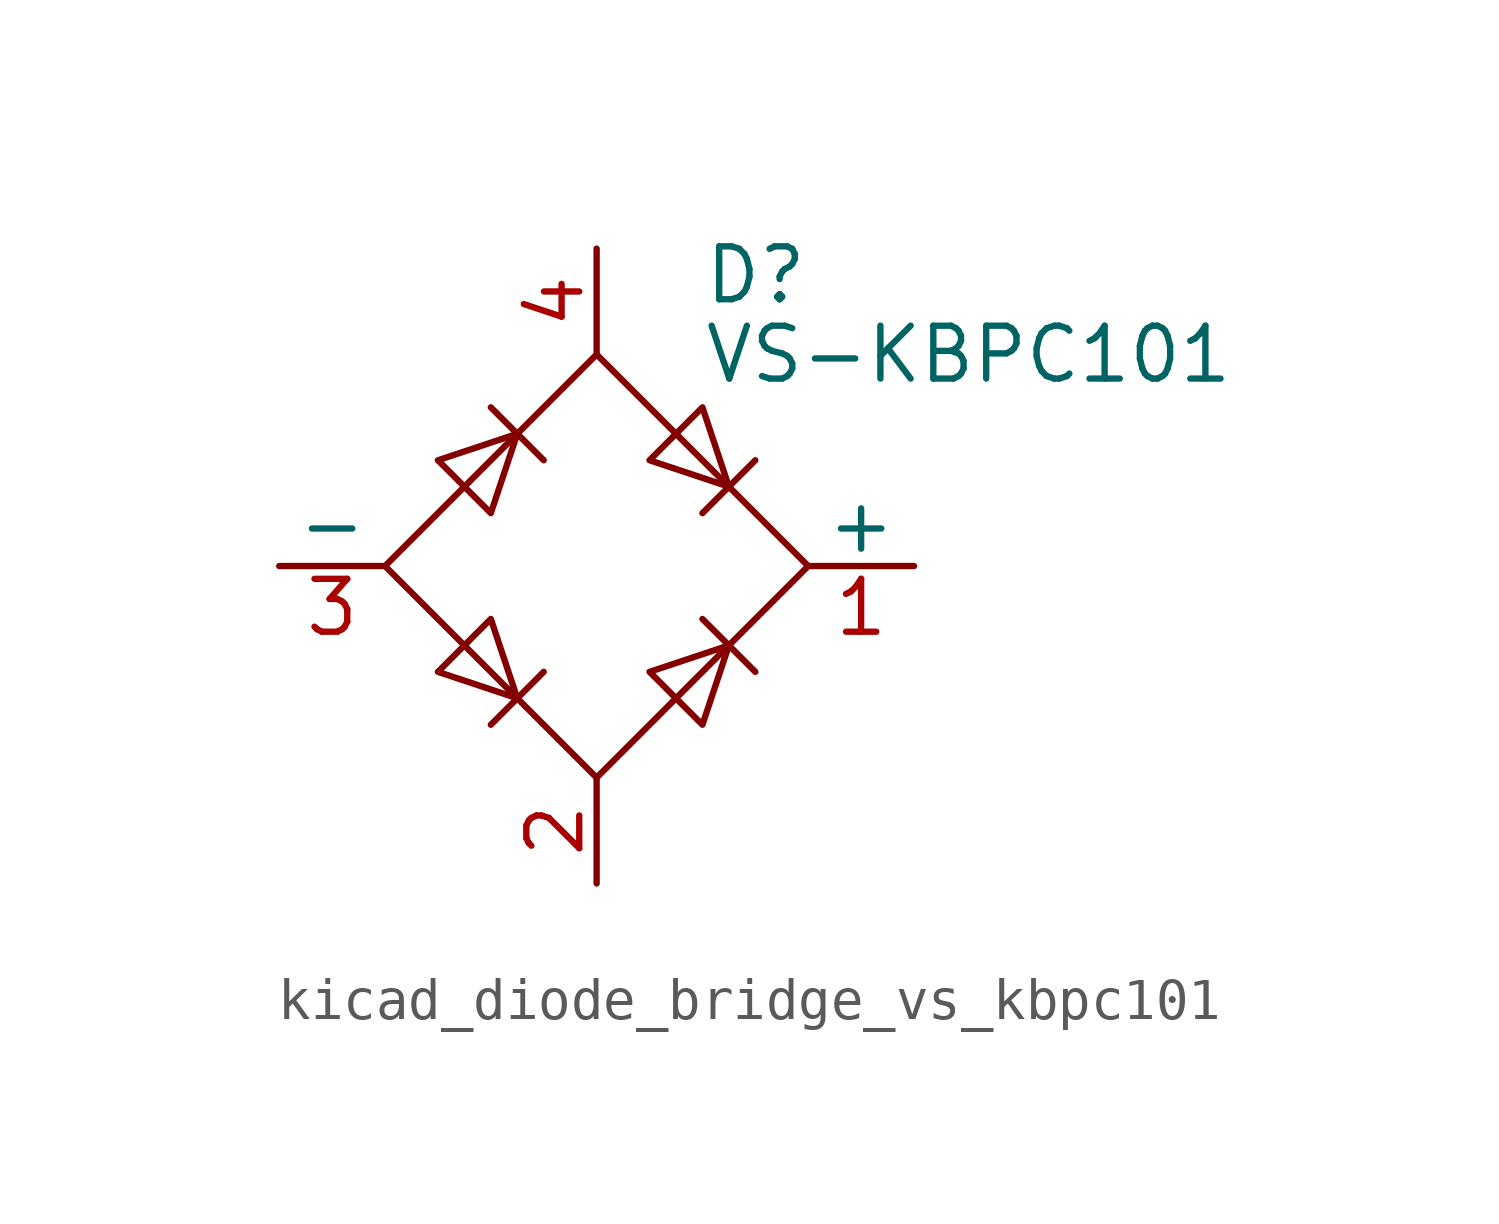
<source format=kicad_sym>
(kicad_symbol_lib
  (version 20220914)
  (generator kicad_symbol_editor)
  (symbol "kicad_diode_bridge_vs_kbpc101"
    (pin_names
      (offset 0))
    (property "Reference" "D"
      (at 2.54 6.985 0)
      (effects (font (size 1.27 1.27)) (justify left)))
    (property "Value" "VS-KBPC101"
      (at 2.54 5.08 0)
      (effects (font (size 1.27 1.27)) (justify left)))
    (symbol "kicad_diode_bridge_vs_kbpc101_0_1"
      (polyline (pts (xy -2.54 3.81) (xy -1.27 2.54)) (stroke (width 0) (type default)) (fill (type none)))
      (polyline (pts (xy -1.27 -2.54) (xy -2.54 -3.81)) (stroke (width 0) (type default)) (fill (type none)))
      (polyline (pts (xy 2.54 -1.27) (xy 3.81 -2.54)) (stroke (width 0) (type default)) (fill (type none)))
      (polyline (pts (xy 2.54 1.27) (xy 3.81 2.54)) (stroke (width 0) (type default)) (fill (type none)))
      (polyline (pts (xy -3.81 2.54) (xy -2.54 1.27) (xy -1.905 3.175) (xy -3.81 2.54)) (stroke (width 0) (type default)) (fill (type none)))
      (polyline (pts (xy -2.54 -1.27) (xy -3.81 -2.54) (xy -1.905 -3.175) (xy -2.54 -1.27)) (stroke (width 0) (type default)) (fill (type none)))
      (polyline (pts (xy 1.27 2.54) (xy 2.54 3.81) (xy 3.175 1.905) (xy 1.27 2.54)) (stroke (width 0) (type default)) (fill (type none)))
      (polyline (pts (xy 3.175 -1.905) (xy 1.27 -2.54) (xy 2.54 -3.81) (xy 3.175 -1.905)) (stroke (width 0) (type default)) (fill (type none)))
      (polyline (pts (xy -5.08 0) (xy 0 -5.08) (xy 5.08 0) (xy 0 5.08) (xy -5.08 0)) (stroke (width 0) (type default)) (fill (type none))))
    (symbol "kicad_diode_bridge_vs_kbpc101_1_1"
      (pin passive line (at 7.62 0 180) (length 2.54) (name "+" (effects (font (size 1.27 1.27)))) (number "1" (effects (font (size 1.27 1.27)))))
      (pin passive line (at 0 -7.62 90) (length 2.54) (name "~" (effects (font (size 1.27 1.27)))) (number "2" (effects (font (size 1.27 1.27)))))
      (pin passive line (at -7.62 0 0) (length 2.54) (name "-" (effects (font (size 1.27 1.27)))) (number "3" (effects (font (size 1.27 1.27)))))
      (pin passive line (at 0 7.62 270) (length 2.54) (name "~" (effects (font (size 1.27 1.27)))) (number "4" (effects (font (size 1.27 1.27))))))))
</source>
